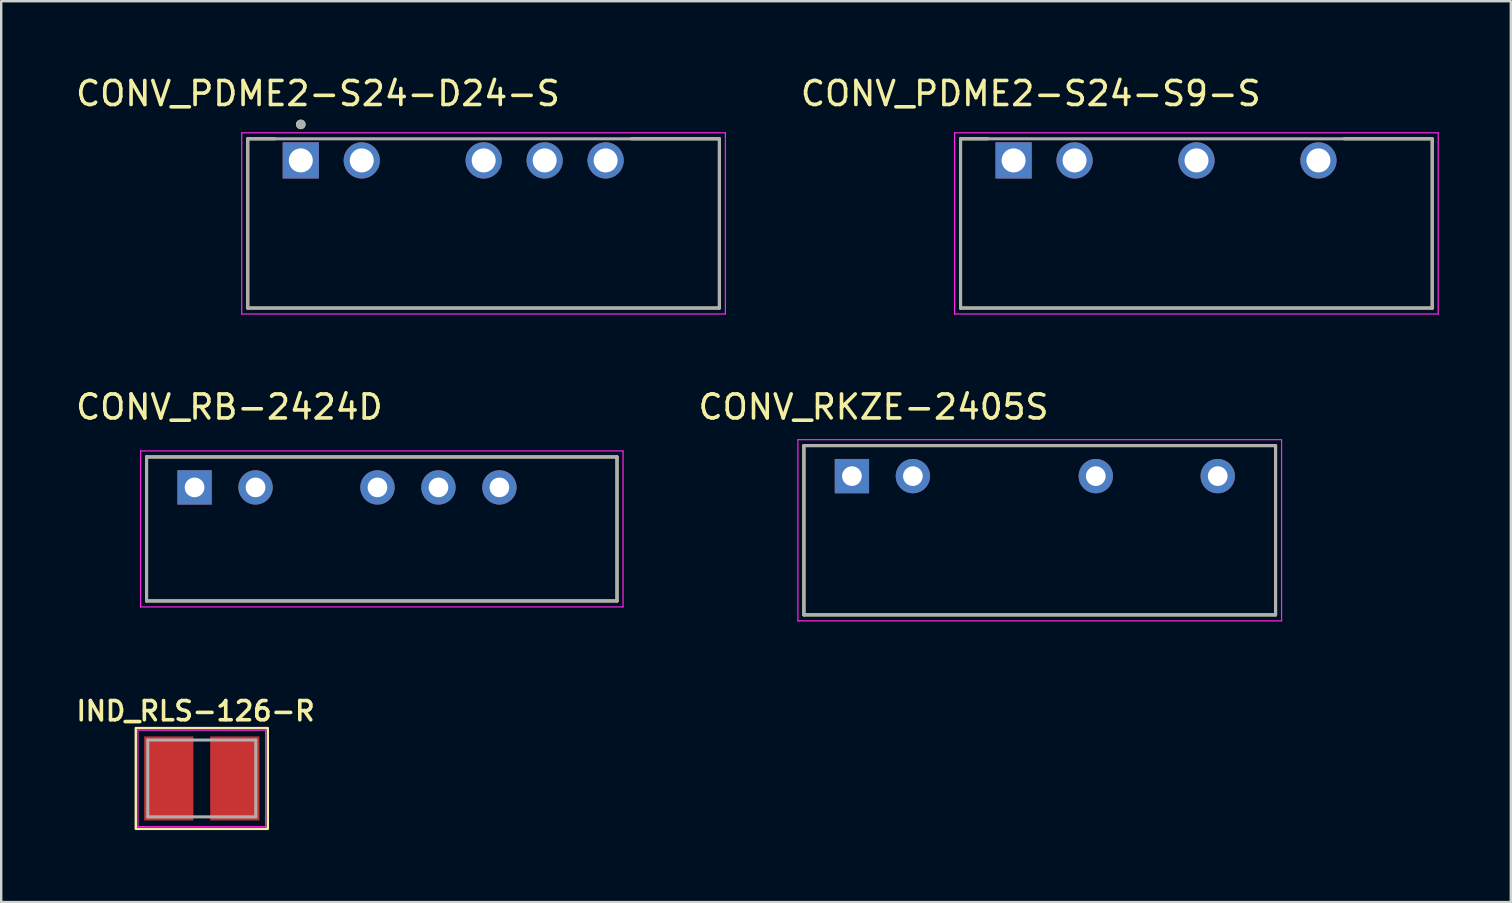
<source format=kicad_pcb>
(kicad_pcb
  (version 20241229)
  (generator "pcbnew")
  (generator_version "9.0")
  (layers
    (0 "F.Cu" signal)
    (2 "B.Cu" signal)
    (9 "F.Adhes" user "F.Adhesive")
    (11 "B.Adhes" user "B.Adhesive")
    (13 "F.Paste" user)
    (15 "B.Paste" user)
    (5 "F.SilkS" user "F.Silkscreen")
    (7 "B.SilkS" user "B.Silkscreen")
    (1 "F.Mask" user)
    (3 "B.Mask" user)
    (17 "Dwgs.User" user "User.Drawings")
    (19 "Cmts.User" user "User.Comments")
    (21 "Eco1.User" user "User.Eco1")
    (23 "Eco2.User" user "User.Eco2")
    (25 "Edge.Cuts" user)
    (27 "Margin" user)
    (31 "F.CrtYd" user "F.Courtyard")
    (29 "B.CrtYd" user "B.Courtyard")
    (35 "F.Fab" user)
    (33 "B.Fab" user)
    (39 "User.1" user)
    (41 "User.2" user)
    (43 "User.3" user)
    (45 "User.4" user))
  (footprint "CONV_PDME2-S24-S9-S"
    (layer "F.Cu")
    (at 46.793 6.258)
    (property "Reference" "CONV_PDME2-S24-S9-S" (at -6.9 -5.41 0) (layer "F.SilkS") (effects (font (size 1 1) (thickness 0.15))))
    (attr through_hole)
    (fp_line (start -9.825 -3.525) (end -9.825 3.525) (stroke (width 0.127) (type solid)) (layer "F.SilkS"))
    (fp_line (start -9.825 3.525) (end 9.825 3.525) (stroke (width 0.127) (type solid)) (layer "F.SilkS"))
    (fp_line (start -8.689 -3.525) (end -9.825 -3.525) (stroke (width 0.127) (type solid)) (layer "F.SilkS"))
    (fp_line (start 9.825 -3.525) (end 6.159 -3.525) (stroke (width 0.127) (type solid)) (layer "F.SilkS"))
    (fp_line (start 9.825 3.525) (end 9.825 -3.525) (stroke (width 0.127) (type solid)) (layer "F.SilkS"))
    (fp_line (start -10.075 -3.775) (end -10.075 3.775) (stroke (width 0.05) (type solid)) (layer "F.CrtYd"))
    (fp_line (start -10.075 3.775) (end 10.075 3.775) (stroke (width 0.05) (type solid)) (layer "F.CrtYd"))
    (fp_line (start 10.075 -3.775) (end -10.075 -3.775) (stroke (width 0.05) (type solid)) (layer "F.CrtYd"))
    (fp_line (start 10.075 3.775) (end 10.075 -3.775) (stroke (width 0.05) (type solid)) (layer "F.CrtYd"))
    (fp_line (start -9.825 -3.525) (end -9.825 3.525) (stroke (width 0.127) (type solid)) (layer "F.Fab"))
    (fp_line (start -9.825 3.525) (end 9.825 3.525) (stroke (width 0.127) (type solid)) (layer "F.Fab"))
    (fp_line (start 9.825 -3.525) (end -9.825 -3.525) (stroke (width 0.127) (type solid)) (layer "F.Fab"))
    (fp_line (start 9.825 3.525) (end 9.825 -3.525) (stroke (width 0.127) (type solid)) (layer "F.Fab"))
    (pad "1" thru_hole rect (at -7.615 -2.625) (size 1.508 1.508) (drill 1) (layers "*.Cu" "*.Mask"))
    (pad "2" thru_hole circle (at -5.075 -2.625) (size 1.508 1.508) (drill 1) (layers "*.Cu" "*.Mask"))
    (pad "4" thru_hole circle (at 0.005 -2.625) (size 1.508 1.508) (drill 1) (layers "*.Cu" "*.Mask"))
    (pad "6" thru_hole circle (at 5.085 -2.625) (size 1.508 1.508) (drill 1) (layers "*.Cu" "*.Mask")))
  (footprint "IND_RLS-126-R"
    (layer "F.Cu")
    (at 5.357 29.381)
    (property "Reference" "IND_RLS-126-R" (at -0.26 -2.808 0) (layer "F.SilkS") (effects (font (size 0.8 0.8) (thickness 0.15))))
    (attr smd)
    (fp_rect (start -2.75 -2.1) (end 2.75 2.1) (stroke (width 0.1) (type default)) (fill no) (layer "F.SilkS"))
    (fp_line (start -2.66 -2.01) (end 2.66 -2.01) (stroke (width 0.05) (type solid)) (layer "F.CrtYd"))
    (fp_line (start -2.66 2.01) (end -2.66 -2.01) (stroke (width 0.05) (type solid)) (layer "F.CrtYd"))
    (fp_line (start 2.66 -2.01) (end 2.66 2.01) (stroke (width 0.05) (type solid)) (layer "F.CrtYd"))
    (fp_line (start 2.66 2.01) (end -2.66 2.01) (stroke (width 0.05) (type solid)) (layer "F.CrtYd"))
    (fp_line (start -2.25 -1.6) (end 2.25 -1.6) (stroke (width 0.127) (type solid)) (layer "F.Fab"))
    (fp_line (start -2.25 1.6) (end -2.25 -1.6) (stroke (width 0.127) (type solid)) (layer "F.Fab"))
    (fp_line (start 2.25 -1.6) (end 2.25 1.6) (stroke (width 0.127) (type solid)) (layer "F.Fab"))
    (fp_line (start 2.25 1.6) (end -2.25 1.6) (stroke (width 0.127) (type solid)) (layer "F.Fab"))
    (pad "1" smd rect (at -1.375 0) (size 2.05 3.5) (layers "F.Cu" "F.Mask" "F.Paste"))
    (pad "2" smd rect (at 1.375 0) (size 2.05 3.5) (layers "F.Cu" "F.Mask" "F.Paste")))
  (footprint "CONV_PDME2-S24-D24-S"
    (layer "F.Cu")
    (at 17.096 6.258)
    (property "Reference" "CONV_PDME2-S24-D24-S" (at -6.9 -5.41 0) (layer "F.SilkS") (effects (font (size 1 1) (thickness 0.15))))
    (attr through_hole)
    (fp_line (start -9.825 -3.525) (end -9.825 3.525) (stroke (width 0.127) (type solid)) (layer "F.SilkS"))
    (fp_line (start -9.825 3.525) (end 9.825 3.525) (stroke (width 0.127) (type solid)) (layer "F.SilkS"))
    (fp_line (start -8.689 -3.525) (end -9.825 -3.525) (stroke (width 0.127) (type solid)) (layer "F.SilkS"))
    (fp_line (start 9.825 -3.525) (end 6.159 -3.525) (stroke (width 0.127) (type solid)) (layer "F.SilkS"))
    (fp_line (start 9.825 3.525) (end 9.825 -3.525) (stroke (width 0.127) (type solid)) (layer "F.SilkS"))
    (fp_circle (center -7.615 -4.125) (end -7.515 -4.125) (stroke (width 0.2) (type solid)) (fill no) (layer "F.SilkS"))
    (fp_line (start -10.075 -3.775) (end -10.075 3.775) (stroke (width 0.05) (type solid)) (layer "F.CrtYd"))
    (fp_line (start -10.075 3.775) (end 10.075 3.775) (stroke (width 0.05) (type solid)) (layer "F.CrtYd"))
    (fp_line (start 10.075 -3.775) (end -10.075 -3.775) (stroke (width 0.05) (type solid)) (layer "F.CrtYd"))
    (fp_line (start 10.075 3.775) (end 10.075 -3.775) (stroke (width 0.05) (type solid)) (layer "F.CrtYd"))
    (fp_line (start -9.825 -3.525) (end -9.825 3.525) (stroke (width 0.127) (type solid)) (layer "F.Fab"))
    (fp_line (start -9.825 3.525) (end 9.825 3.525) (stroke (width 0.127) (type solid)) (layer "F.Fab"))
    (fp_line (start 9.825 -3.525) (end -9.825 -3.525) (stroke (width 0.127) (type solid)) (layer "F.Fab"))
    (fp_line (start 9.825 3.525) (end 9.825 -3.525) (stroke (width 0.127) (type solid)) (layer "F.Fab"))
    (fp_circle (center -7.615 -4.125) (end -7.515 -4.125) (stroke (width 0.2) (type solid)) (fill no) (layer "F.Fab"))
    (pad "1" thru_hole rect (at -7.615 -2.625) (size 1.508 1.508) (drill 1) (layers "*.Cu" "*.Mask"))
    (pad "2" thru_hole circle (at -5.075 -2.625) (size 1.508 1.508) (drill 1) (layers "*.Cu" "*.Mask"))
    (pad "4" thru_hole circle (at 0.005 -2.625) (size 1.508 1.508) (drill 1) (layers "*.Cu" "*.Mask"))
    (pad "5" thru_hole circle (at 2.545 -2.625) (size 1.508 1.508) (drill 1) (layers "*.Cu" "*.Mask"))
    (pad "6" thru_hole circle (at 5.085 -2.625) (size 1.508 1.508) (drill 1) (layers "*.Cu" "*.Mask")))
  (footprint "CONV_RKZE-2405S"
    (layer "F.Cu")
    (at 40.267 19.041)
    (property "Reference" "CONV_RKZE-2405S" (at -6.925 -5.135 0) (layer "F.SilkS") (effects (font (size 1 1) (thickness 0.15))))
    (attr through_hole)
    (fp_line (start -9.825 -3.525) (end 9.825 -3.525) (stroke (width 0.127) (type solid)) (layer "F.SilkS"))
    (fp_line (start -9.825 3.525) (end -9.825 -3.525) (stroke (width 0.127) (type solid)) (layer "F.SilkS"))
    (fp_line (start 9.825 -3.525) (end 9.825 3.525) (stroke (width 0.127) (type solid)) (layer "F.SilkS"))
    (fp_line (start 9.825 3.525) (end -9.825 3.525) (stroke (width 0.127) (type solid)) (layer "F.SilkS"))
    (fp_line (start -10.075 -3.775) (end 10.075 -3.775) (stroke (width 0.05) (type solid)) (layer "F.CrtYd"))
    (fp_line (start -10.075 3.775) (end -10.075 -3.775) (stroke (width 0.05) (type solid)) (layer "F.CrtYd"))
    (fp_line (start 10.075 -3.775) (end 10.075 3.775) (stroke (width 0.05) (type solid)) (layer "F.CrtYd"))
    (fp_line (start 10.075 3.775) (end -10.075 3.775) (stroke (width 0.05) (type solid)) (layer "F.CrtYd"))
    (fp_line (start -9.825 -3.525) (end 9.825 -3.525) (stroke (width 0.127) (type solid)) (layer "F.Fab"))
    (fp_line (start -9.825 3.525) (end -9.825 -3.525) (stroke (width 0.127) (type solid)) (layer "F.Fab"))
    (fp_line (start 9.825 -3.525) (end 9.825 3.525) (stroke (width 0.127) (type solid)) (layer "F.Fab"))
    (fp_line (start 9.825 3.525) (end -9.825 3.525) (stroke (width 0.127) (type solid)) (layer "F.Fab"))
    (pad "1" thru_hole rect (at -7.825 -2.255) (size 1.43 1.43) (drill 0.82) (layers "*.Cu" "*.Mask"))
    (pad "2" thru_hole circle (at -5.285 -2.255) (size 1.43 1.43) (drill 0.82) (layers "*.Cu" "*.Mask"))
    (pad "5" thru_hole circle (at 2.335 -2.255) (size 1.43 1.43) (drill 0.82) (layers "*.Cu" "*.Mask"))
    (pad "7" thru_hole circle (at 7.415 -2.255) (size 1.43 1.43) (drill 0.82) (layers "*.Cu" "*.Mask")))
  (footprint "CONV_RB-2424D"
    (layer "F.Cu")
    (at 12.856 18.986)
    (property "Reference" "CONV_RB-2424D" (at -6.35 -5.08 0) (layer "F.SilkS") (effects (font (size 1 1) (thickness 0.15))))
    (attr through_hole)
    (fp_line (start -9.8 -3) (end -9.8 3) (stroke (width 0.127) (type solid)) (layer "F.SilkS"))
    (fp_line (start -9.8 -3) (end 9.8 -3) (stroke (width 0.127) (type solid)) (layer "F.SilkS"))
    (fp_line (start 9.8 3) (end -9.8 3) (stroke (width 0.127) (type solid)) (layer "F.SilkS"))
    (fp_line (start 9.8 3) (end 9.8 -3) (stroke (width 0.127) (type solid)) (layer "F.SilkS"))
    (fp_line (start -10.05 -3.25) (end -10.05 3.25) (stroke (width 0.05) (type solid)) (layer "F.CrtYd"))
    (fp_line (start -10.05 -3.25) (end 10.05 -3.25) (stroke (width 0.05) (type solid)) (layer "F.CrtYd"))
    (fp_line (start 10.05 3.25) (end -10.05 3.25) (stroke (width 0.05) (type solid)) (layer "F.CrtYd"))
    (fp_line (start 10.05 3.25) (end 10.05 -3.25) (stroke (width 0.05) (type solid)) (layer "F.CrtYd"))
    (fp_line (start -9.8 -3) (end -9.8 3) (stroke (width 0.127) (type solid)) (layer "F.Fab"))
    (fp_line (start -9.8 -3) (end 9.8 -3) (stroke (width 0.127) (type solid)) (layer "F.Fab"))
    (fp_line (start 9.8 3) (end -9.8 3) (stroke (width 0.127) (type solid)) (layer "F.Fab"))
    (fp_line (start 9.8 3) (end 9.8 -3) (stroke (width 0.127) (type solid)) (layer "F.Fab"))
    (pad "1" thru_hole rect (at -7.8 -1.73) (size 1.43 1.43) (drill 0.82) (layers "*.Cu" "*.Mask"))
    (pad "2" thru_hole circle (at -5.26 -1.73) (size 1.43 1.43) (drill 0.82) (layers "*.Cu" "*.Mask"))
    (pad "4" thru_hole circle (at -0.18 -1.73) (size 1.43 1.43) (drill 0.82) (layers "*.Cu" "*.Mask"))
    (pad "5" thru_hole circle (at 2.36 -1.73) (size 1.43 1.43) (drill 0.82) (layers "*.Cu" "*.Mask"))
    (pad "6" thru_hole circle (at 4.9 -1.73) (size 1.43 1.43) (drill 0.82) (layers "*.Cu" "*.Mask")))
  (gr_rect
    (start -3 -3)
    (end 59.893 34.531)
    (stroke (width 0.1) (type default))
    (fill no)
    (layer "Edge.Cuts")))
</source>
